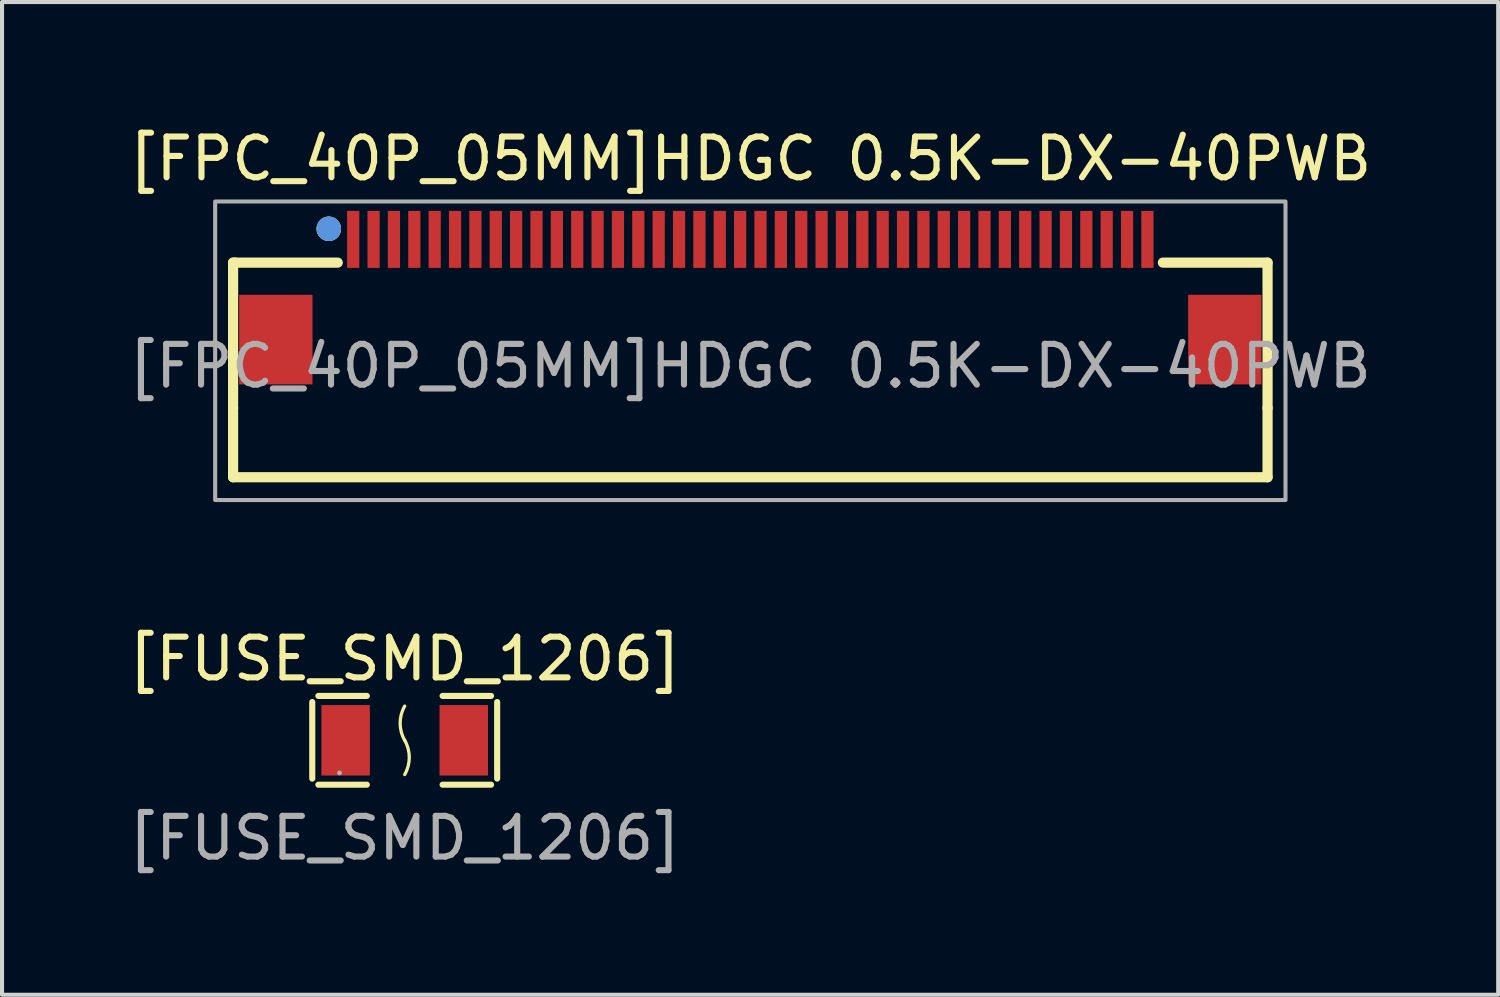
<source format=kicad_pcb>
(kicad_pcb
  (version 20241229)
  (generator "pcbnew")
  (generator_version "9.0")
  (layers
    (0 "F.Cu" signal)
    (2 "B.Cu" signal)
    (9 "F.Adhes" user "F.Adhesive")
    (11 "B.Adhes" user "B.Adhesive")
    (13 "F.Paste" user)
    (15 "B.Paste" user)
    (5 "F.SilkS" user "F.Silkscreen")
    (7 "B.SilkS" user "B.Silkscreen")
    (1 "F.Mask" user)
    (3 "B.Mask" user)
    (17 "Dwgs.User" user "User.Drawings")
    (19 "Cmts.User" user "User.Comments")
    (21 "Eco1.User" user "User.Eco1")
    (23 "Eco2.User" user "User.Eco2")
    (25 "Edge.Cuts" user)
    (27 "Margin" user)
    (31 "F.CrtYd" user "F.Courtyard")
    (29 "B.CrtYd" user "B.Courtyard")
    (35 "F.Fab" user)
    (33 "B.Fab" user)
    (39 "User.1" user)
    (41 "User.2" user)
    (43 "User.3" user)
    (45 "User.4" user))
  (footprint "[FUSE_SMD_1206]"
    (layer "F.Cu")
    (at 6.887 15.127)
    (property "Reference" "[FUSE_SMD_1206]" (at 0 -2 0) (layer "F.SilkS") (effects (font (size 1 1) (thickness 0.15))))
    (attr smd)
    (fp_line (start -2.27 -0.94) (end -2.27 0.94) (stroke (width 0.15) (type solid)) (layer "F.SilkS"))
    (fp_line (start -2.12 1.09) (end -0.93 1.09) (stroke (width 0.15) (type solid)) (layer "F.SilkS"))
    (fp_line (start -0.93 -1.09) (end -2.12 -1.09) (stroke (width 0.15) (type solid)) (layer "F.SilkS"))
    (fp_line (start 0.93 -1.09) (end 2.12 -1.09) (stroke (width 0.15) (type solid)) (layer "F.SilkS"))
    (fp_line (start 2.12 1.09) (end 0.93 1.09) (stroke (width 0.15) (type solid)) (layer "F.SilkS"))
    (fp_line (start 2.27 -0.94) (end 2.27 0.94) (stroke (width 0.15) (type solid)) (layer "F.SilkS"))
    (fp_arc (start -0.001269 -0.002199) (mid 0.112199 0.418731) (end 0 0.84) (stroke (width 0.08) (type solid)) (layer "F.SilkS"))
    (fp_arc (start 0.001269 0.002199) (mid -0.112199 -0.418731) (end 0 -0.84) (stroke (width 0.08) (type solid)) (layer "F.SilkS"))
    (fp_circle (center -1.6 0.8) (end -1.57 0.8) (stroke (width 0.06) (type solid)) (fill no) (layer "F.Fab"))
    (fp_text user "${REFERENCE}" (at 0 2.4 0) (layer "F.Fab") (effects (font (size 1 1) (thickness 0.15))))
    (pad "1" smd rect (at -1.45 0) (size 1.19 1.73) (layers "F.Cu" "F.Mask" "F.Paste"))
    (pad "2" smd rect (at 1.45 0) (size 1.19 1.73) (layers "F.Cu" "F.Mask" "F.Paste")))
  (footprint "[FPC_40P_05MM]HDGC 0.5K-DX-40PWB"
    (layer "F.Cu")
    (at 15.373 4.058)
    (property "Reference" "[FPC_40P_05MM]HDGC 0.5K-DX-40PWB" (at 0 -3.21 0) (layer "F.SilkS") (effects (font (size 1 1) (thickness 0.15))))
    (attr smd)
    (fp_line (start -12.7 -0.66) (end -12.64 -0.66) (stroke (width 0.25) (type solid)) (layer "F.SilkS"))
    (fp_line (start -12.7 2.91) (end -12.7 -0.66) (stroke (width 0.25) (type solid)) (layer "F.SilkS"))
    (fp_line (start -12.7 4.61) (end -12.7 2.91) (stroke (width 0.25) (type solid)) (layer "F.SilkS"))
    (fp_line (start -12.64 -0.66) (end -10.13 -0.66) (stroke (width 0.25) (type solid)) (layer "F.SilkS"))
    (fp_line (start 10.13 -0.66) (end 12.7 -0.66) (stroke (width 0.25) (type solid)) (layer "F.SilkS"))
    (fp_line (start 12.7 -0.66) (end 12.7 2.91) (stroke (width 0.25) (type solid)) (layer "F.SilkS"))
    (fp_line (start 12.7 4.61) (end -12.7 4.61) (stroke (width 0.25) (type solid)) (layer "F.SilkS"))
    (fp_line (start 12.7 4.61) (end 12.7 2.91) (stroke (width 0.25) (type solid)) (layer "F.SilkS"))
    (fp_circle (center -10.35 -1.49) (end -10.2 -1.49) (stroke (width 0.3) (type solid)) (fill no) (layer "F.SilkS"))
    (fp_circle (center -10.35 -1.49) (end -10.2 -1.49) (stroke (width 0.3) (type solid)) (fill no) (layer "Cmts.User"))
    (fp_rect (start -13.14 -2.16) (end 13.14 5.17) (stroke (width 0.1) (type solid)) (fill no) (layer "F.Fab"))
    (fp_circle (center -10.35 -1.49) (end -10.2 -1.49) (stroke (width 0.3) (type solid)) (fill no) (layer "F.Fab"))
    (fp_text user "${REFERENCE}" (at -0.01 1.88 0) (layer "F.Fab") (effects (font (size 1 1) (thickness 0.15))))
    (pad "1" smd rect (at -9.75 -1.23) (size 0.3 1.4) (layers "F.Cu" "F.Mask" "F.Paste"))
    (pad "2" smd rect (at -9.25 -1.23) (size 0.3 1.4) (layers "F.Cu" "F.Mask" "F.Paste"))
    (pad "3" smd rect (at -8.75 -1.23) (size 0.3 1.4) (layers "F.Cu" "F.Mask" "F.Paste"))
    (pad "4" smd rect (at -8.25 -1.23) (size 0.3 1.4) (layers "F.Cu" "F.Mask" "F.Paste"))
    (pad "5" smd rect (at -7.75 -1.23) (size 0.3 1.4) (layers "F.Cu" "F.Mask" "F.Paste"))
    (pad "6" smd rect (at -7.25 -1.23) (size 0.3 1.4) (layers "F.Cu" "F.Mask" "F.Paste"))
    (pad "7" smd rect (at -6.75 -1.23) (size 0.3 1.4) (layers "F.Cu" "F.Mask" "F.Paste"))
    (pad "8" smd rect (at -6.25 -1.23) (size 0.3 1.4) (layers "F.Cu" "F.Mask" "F.Paste"))
    (pad "9" smd rect (at -5.75 -1.23) (size 0.3 1.4) (layers "F.Cu" "F.Mask" "F.Paste"))
    (pad "10" smd rect (at -5.25 -1.23) (size 0.3 1.4) (layers "F.Cu" "F.Mask" "F.Paste"))
    (pad "11" smd rect (at -4.75 -1.23) (size 0.3 1.4) (layers "F.Cu" "F.Mask" "F.Paste"))
    (pad "12" smd rect (at -4.25 -1.23) (size 0.3 1.4) (layers "F.Cu" "F.Mask" "F.Paste"))
    (pad "13" smd rect (at -3.75 -1.23) (size 0.3 1.4) (layers "F.Cu" "F.Mask" "F.Paste"))
    (pad "14" smd rect (at -3.25 -1.23) (size 0.3 1.4) (layers "F.Cu" "F.Mask" "F.Paste"))
    (pad "15" smd rect (at -2.75 -1.23) (size 0.3 1.4) (layers "F.Cu" "F.Mask" "F.Paste"))
    (pad "16" smd rect (at -2.25 -1.23) (size 0.3 1.4) (layers "F.Cu" "F.Mask" "F.Paste"))
    (pad "17" smd rect (at -1.75 -1.23) (size 0.3 1.4) (layers "F.Cu" "F.Mask" "F.Paste"))
    (pad "18" smd rect (at -1.25 -1.23) (size 0.3 1.4) (layers "F.Cu" "F.Mask" "F.Paste"))
    (pad "19" smd rect (at -0.75 -1.23) (size 0.3 1.4) (layers "F.Cu" "F.Mask" "F.Paste"))
    (pad "20" smd rect (at -0.25 -1.23) (size 0.3 1.4) (layers "F.Cu" "F.Mask" "F.Paste"))
    (pad "21" smd rect (at 0.25 -1.23) (size 0.3 1.4) (layers "F.Cu" "F.Mask" "F.Paste"))
    (pad "22" smd rect (at 0.75 -1.23) (size 0.3 1.4) (layers "F.Cu" "F.Mask" "F.Paste"))
    (pad "23" smd rect (at 1.25 -1.23) (size 0.3 1.4) (layers "F.Cu" "F.Mask" "F.Paste"))
    (pad "24" smd rect (at 1.75 -1.23) (size 0.3 1.4) (layers "F.Cu" "F.Mask" "F.Paste"))
    (pad "25" smd rect (at 2.25 -1.23) (size 0.3 1.4) (layers "F.Cu" "F.Mask" "F.Paste"))
    (pad "26" smd rect (at 2.75 -1.23) (size 0.3 1.4) (layers "F.Cu" "F.Mask" "F.Paste"))
    (pad "27" smd rect (at 3.25 -1.23) (size 0.3 1.4) (layers "F.Cu" "F.Mask" "F.Paste"))
    (pad "28" smd rect (at 3.75 -1.23) (size 0.3 1.4) (layers "F.Cu" "F.Mask" "F.Paste"))
    (pad "29" smd rect (at 4.25 -1.23) (size 0.3 1.4) (layers "F.Cu" "F.Mask" "F.Paste"))
    (pad "30" smd rect (at 4.75 -1.23) (size 0.3 1.4) (layers "F.Cu" "F.Mask" "F.Paste"))
    (pad "31" smd rect (at 5.25 -1.23) (size 0.3 1.4) (layers "F.Cu" "F.Mask" "F.Paste"))
    (pad "32" smd rect (at 5.75 -1.23) (size 0.3 1.4) (layers "F.Cu" "F.Mask" "F.Paste"))
    (pad "33" smd rect (at 6.25 -1.23) (size 0.3 1.4) (layers "F.Cu" "F.Mask" "F.Paste"))
    (pad "34" smd rect (at 6.75 -1.23) (size 0.3 1.4) (layers "F.Cu" "F.Mask" "F.Paste"))
    (pad "35" smd rect (at 7.25 -1.23) (size 0.3 1.4) (layers "F.Cu" "F.Mask" "F.Paste"))
    (pad "36" smd rect (at 7.75 -1.23) (size 0.3 1.4) (layers "F.Cu" "F.Mask" "F.Paste"))
    (pad "37" smd rect (at 8.25 -1.23) (size 0.3 1.4) (layers "F.Cu" "F.Mask" "F.Paste"))
    (pad "38" smd rect (at 8.75 -1.23) (size 0.3 1.4) (layers "F.Cu" "F.Mask" "F.Paste"))
    (pad "39" smd rect (at 9.25 -1.23) (size 0.3 1.4) (layers "F.Cu" "F.Mask" "F.Paste"))
    (pad "40" smd rect (at 9.75 -1.23) (size 0.3 1.4) (layers "F.Cu" "F.Mask" "F.Paste"))
    (pad "41" smd rect (at 11.65 1.23) (size 1.8 2.2) (layers "F.Cu" "F.Mask" "F.Paste"))
    (pad "42" smd rect (at -11.65 1.23) (size 1.8 2.2) (layers "F.Cu" "F.Mask" "F.Paste")))
  (gr_rect
    (start -3 -3)
    (end 33.736 21.375)
    (stroke (width 0.1) (type default))
    (fill no)
    (layer "Edge.Cuts")))
</source>
